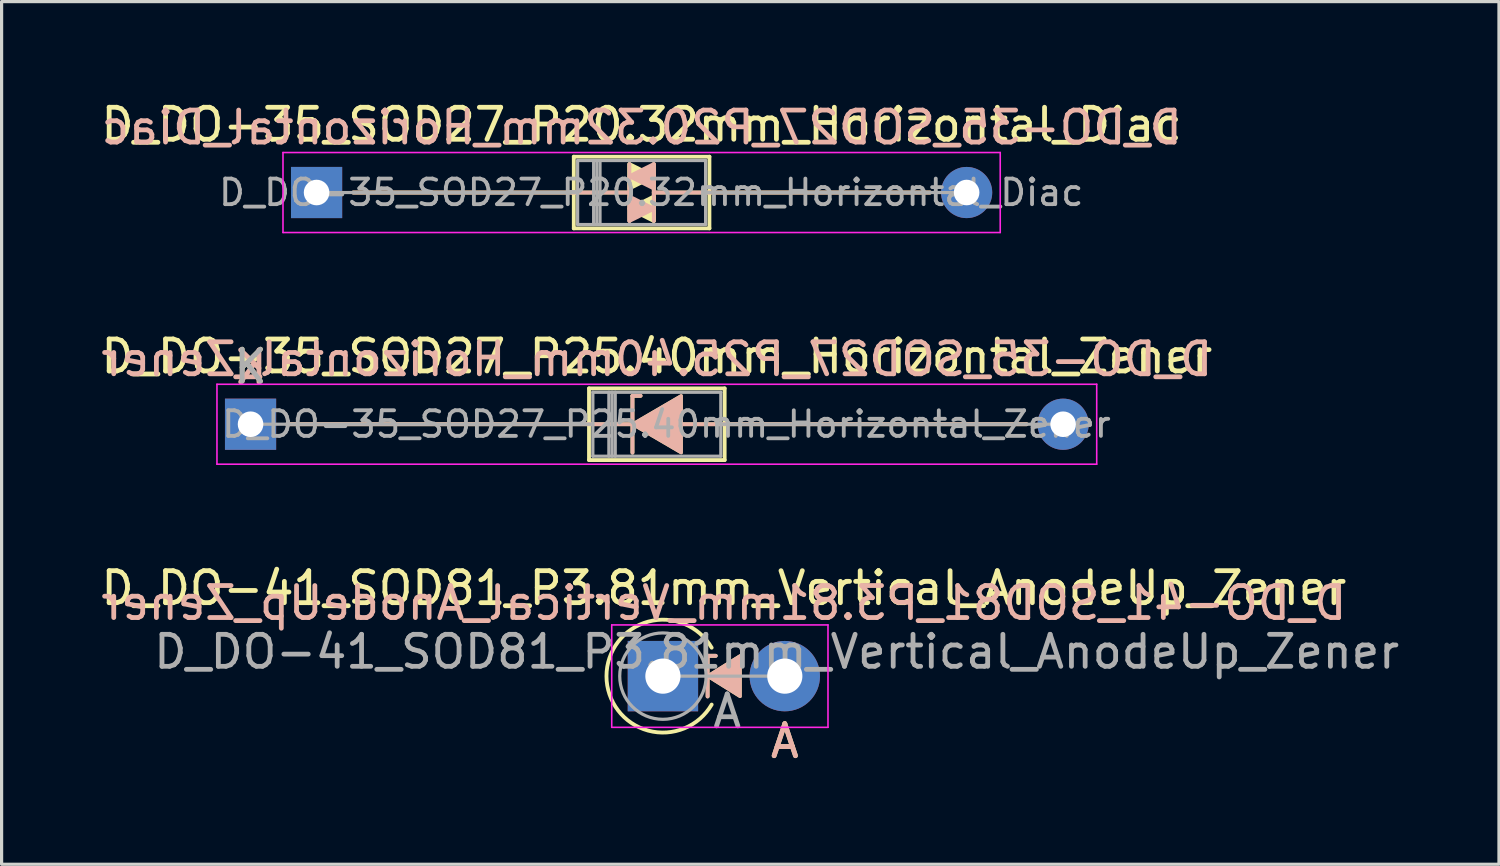
<source format=kicad_pcb>
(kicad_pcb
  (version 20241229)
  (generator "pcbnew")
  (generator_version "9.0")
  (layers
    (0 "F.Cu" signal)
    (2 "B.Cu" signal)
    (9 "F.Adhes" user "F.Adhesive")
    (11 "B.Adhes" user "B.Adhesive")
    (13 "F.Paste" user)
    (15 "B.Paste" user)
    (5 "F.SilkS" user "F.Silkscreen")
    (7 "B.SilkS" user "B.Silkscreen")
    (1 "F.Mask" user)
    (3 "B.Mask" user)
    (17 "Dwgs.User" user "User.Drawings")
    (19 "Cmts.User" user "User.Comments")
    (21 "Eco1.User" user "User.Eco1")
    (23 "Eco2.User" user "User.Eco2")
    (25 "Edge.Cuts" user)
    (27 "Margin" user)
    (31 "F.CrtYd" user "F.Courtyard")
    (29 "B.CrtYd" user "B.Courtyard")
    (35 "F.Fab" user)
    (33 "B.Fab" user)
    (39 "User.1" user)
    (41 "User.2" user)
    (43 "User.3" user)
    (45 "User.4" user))
  (footprint "D_DO-41_SOD81_P3.81mm_Vertical_AnodeUp_Zener"
    (layer "F.Cu")
    (at 17.672 18.085)
    (property "Reference" "D_DO-41_SOD81_P3.81mm_Vertical_AnodeUp_Zener" (at 1.905 -2.751 0) (layer "F.SilkS") (effects (font (size 1 1) (thickness 0.15))))
    (fp_line (start 1.397 -0.635) (end 1.397 0.635) (stroke (width 0.12) (type solid)) (layer "F.SilkS"))
    (fp_line (start 1.397 -0.635) (end 1.651 -0.635) (stroke (width 0.12) (type solid)) (layer "F.SilkS"))
    (fp_arc (start 1.523999 0.889) (mid -1.764339 0.000001) (end 1.523999 -0.888999) (stroke (width 0.12) (type solid)) (layer "F.SilkS"))
    (fp_poly (pts (xy 2.413 0.635) (xy 1.397 0) (xy 2.413 -0.635)) (stroke (width 0.1) (type solid)) (fill yes) (layer "F.SilkS"))
    (fp_line (start 1.397 -0.635) (end 1.651 -0.635) (stroke (width 0.12) (type solid)) (layer "B.SilkS"))
    (fp_line (start 1.397 0.635) (end 1.397 -0.635) (stroke (width 0.12) (type solid)) (layer "B.SilkS"))
    (fp_poly (pts (xy 2.413 -0.635) (xy 1.397 0) (xy 2.413 0.635)) (stroke (width 0.1) (type solid)) (fill yes) (layer "B.SilkS"))
    (fp_line (start -1.6 -1.6) (end -1.6 1.6) (stroke (width 0.05) (type solid)) (layer "F.CrtYd"))
    (fp_line (start -1.6 1.6) (end 5.16 1.6) (stroke (width 0.05) (type solid)) (layer "F.CrtYd"))
    (fp_line (start 5.16 -1.6) (end -1.6 -1.6) (stroke (width 0.05) (type solid)) (layer "F.CrtYd"))
    (fp_line (start 5.16 1.6) (end 5.16 -1.6) (stroke (width 0.05) (type solid)) (layer "F.CrtYd"))
    (fp_line (start 0 0) (end 3.81 0) (stroke (width 0.1) (type solid)) (layer "F.Fab"))
    (fp_circle (center 0 0) (end 1.35 0) (stroke (width 0.1) (type solid)) (fill no) (layer "F.Fab"))
    (fp_text user "A" (at 3.81 2.032 0) (layer "F.SilkS") (effects (font (size 1 1) (thickness 0.15))))
    (fp_text user "A" (at 3.81 2.032 0) (layer "B.SilkS") (effects (font (size 1 1) (thickness 0.15)) (justify mirror)))
    (fp_text user "${REFERENCE}" (at 1.905 -2.286 0) (layer "B.SilkS") (effects (font (size 1 1) (thickness 0.15)) (justify mirror)))
    (fp_text user "${REFERENCE}" (at 3.556 -0.762 0) (layer "F.Fab") (effects (font (size 1 1) (thickness 0.15))))
    (fp_text user "A" (at 2.01 1.1 0) (layer "F.Fab") (effects (font (size 1 1) (thickness 0.15))))
    (pad "1" thru_hole rect (at 0 0) (size 2.2 2.2) (drill 1.1) (layers "*.Cu" "*.Mask"))
    (pad "2" thru_hole oval (at 3.81 0) (size 2.2 2.2) (drill 1.1) (layers "*.Cu" "*.Mask")))
  (footprint "D_DO-35_SOD27_P25.40mm_Horizontal_Zener"
    (layer "F.Cu")
    (at 4.782 10.211)
    (property "Reference" "D_DO-35_SOD27_P25.40mm_Horizontal_Zener" (at 12.7 -2.12 0) (layer "F.SilkS") (effects (font (size 1 1) (thickness 0.15))))
    (fp_line (start 1.143 0) (end 10.58 0) (stroke (width 0.12) (type solid)) (layer "F.SilkS"))
    (fp_line (start 10.58 -1.12) (end 10.58 1.12) (stroke (width 0.12) (type solid)) (layer "F.SilkS"))
    (fp_line (start 10.58 0) (end 12.192 0) (stroke (width 0.12) (type solid)) (layer "F.SilkS"))
    (fp_line (start 10.58 1.12) (end 14.82 1.12) (stroke (width 0.12) (type solid)) (layer "F.SilkS"))
    (fp_line (start 11.938 -0.889) (end 11.938 0.889) (stroke (width 0.12) (type solid)) (layer "F.SilkS"))
    (fp_line (start 11.938 -0.889) (end 12.192 -0.889) (stroke (width 0.12) (type solid)) (layer "F.SilkS"))
    (fp_line (start 14.82 -1.12) (end 10.58 -1.12) (stroke (width 0.12) (type solid)) (layer "F.SilkS"))
    (fp_line (start 14.82 0) (end 13.462 0) (stroke (width 0.12) (type solid)) (layer "F.SilkS"))
    (fp_line (start 14.82 1.12) (end 14.82 -1.12) (stroke (width 0.12) (type solid)) (layer "F.SilkS"))
    (fp_line (start 24.257 0) (end 14.82 0) (stroke (width 0.12) (type solid)) (layer "F.SilkS"))
    (fp_poly (pts (xy 13.462 0.889) (xy 11.938 0) (xy 13.462 -0.889)) (stroke (width 0.1) (type solid)) (fill yes) (layer "F.SilkS"))
    (fp_line (start 1.143 0) (end 10.58 0) (stroke (width 0.12) (type solid)) (layer "B.SilkS"))
    (fp_line (start 10.58 0) (end 12.192 0) (stroke (width 0.12) (type solid)) (layer "B.SilkS"))
    (fp_line (start 11.938 -0.889) (end 12.192 -0.889) (stroke (width 0.12) (type solid)) (layer "B.SilkS"))
    (fp_line (start 11.938 0.889) (end 11.938 -0.889) (stroke (width 0.12) (type solid)) (layer "B.SilkS"))
    (fp_line (start 14.82 0) (end 13.462 0) (stroke (width 0.12) (type solid)) (layer "B.SilkS"))
    (fp_line (start 24.257 0) (end 14.82 0) (stroke (width 0.12) (type solid)) (layer "B.SilkS"))
    (fp_poly (pts (xy 13.462 -0.889) (xy 11.938 0) (xy 13.462 0.889)) (stroke (width 0.1) (type solid)) (fill yes) (layer "B.SilkS"))
    (fp_line (start -1.05 -1.25) (end -1.05 1.25) (stroke (width 0.05) (type solid)) (layer "F.CrtYd"))
    (fp_line (start -1.05 1.25) (end 26.45 1.25) (stroke (width 0.05) (type solid)) (layer "F.CrtYd"))
    (fp_line (start 26.45 -1.25) (end -1.05 -1.25) (stroke (width 0.05) (type solid)) (layer "F.CrtYd"))
    (fp_line (start 26.45 1.25) (end 26.45 -1.25) (stroke (width 0.05) (type solid)) (layer "F.CrtYd"))
    (fp_line (start 0 0) (end 10.7 0) (stroke (width 0.1) (type solid)) (layer "F.Fab"))
    (fp_line (start 10.7 -1) (end 10.7 1) (stroke (width 0.1) (type solid)) (layer "F.Fab"))
    (fp_line (start 10.7 1) (end 14.7 1) (stroke (width 0.1) (type solid)) (layer "F.Fab"))
    (fp_line (start 11.2 -1) (end 11.2 1) (stroke (width 0.1) (type solid)) (layer "F.Fab"))
    (fp_line (start 11.3 -1) (end 11.3 1) (stroke (width 0.1) (type solid)) (layer "F.Fab"))
    (fp_line (start 11.4 -1) (end 11.4 1) (stroke (width 0.1) (type solid)) (layer "F.Fab"))
    (fp_line (start 14.7 -1) (end 10.7 -1) (stroke (width 0.1) (type solid)) (layer "F.Fab"))
    (fp_line (start 14.7 1) (end 14.7 -1) (stroke (width 0.1) (type solid)) (layer "F.Fab"))
    (fp_line (start 25.4 0) (end 14.7 0) (stroke (width 0.1) (type solid)) (layer "F.Fab"))
    (fp_text user "K" (at 0 -1.8 0) (layer "F.SilkS") (effects (font (size 1 1) (thickness 0.15))))
    (fp_text user "${REFERENCE}" (at 12.7 -2.032 0) (layer "B.SilkS") (effects (font (size 1 1) (thickness 0.15)) (justify mirror)))
    (fp_text user "K" (at 0 -1.778 0) (layer "B.SilkS") (effects (font (size 1 1) (thickness 0.15)) (justify mirror)))
    (fp_text user "${REFERENCE}" (at 13 0 0) (layer "F.Fab") (effects (font (size 0.8 0.8) (thickness 0.12))))
    (fp_text user "K" (at 0 -1.8 0) (layer "F.Fab") (effects (font (size 1 1) (thickness 0.15))))
    (pad "1" thru_hole rect (at 0 0) (size 1.6 1.6) (drill 0.8) (layers "*.Cu" "*.Mask"))
    (pad "2" thru_hole oval (at 25.4 0) (size 1.6 1.6) (drill 0.8) (layers "*.Cu" "*.Mask")))
  (footprint "D_DO-35_SOD27_P20.32mm_Horizontal_Diac"
    (layer "F.Cu")
    (at 6.846 2.968)
    (property "Reference" "D_DO-35_SOD27_P20.32mm_Horizontal_Diac" (at 10.16 -2.12 0) (layer "F.SilkS") (effects (font (size 1 1) (thickness 0.15))))
    (fp_line (start 1.143 0) (end 8.04 0) (stroke (width 0.12) (type solid)) (layer "F.SilkS"))
    (fp_line (start 8.001 0) (end 9.779 0) (stroke (width 0.12) (type solid)) (layer "F.SilkS"))
    (fp_line (start 8.04 -1.12) (end 8.04 1.12) (stroke (width 0.12) (type solid)) (layer "F.SilkS"))
    (fp_line (start 8.04 1.12) (end 12.28 1.12) (stroke (width 0.12) (type solid)) (layer "F.SilkS"))
    (fp_line (start 9.779 -0.889) (end 9.779 0.889) (stroke (width 0.12) (type solid)) (layer "F.SilkS"))
    (fp_line (start 10.541 -0.889) (end 10.541 0.889) (stroke (width 0.12) (type solid)) (layer "F.SilkS"))
    (fp_line (start 12.28 -1.12) (end 8.04 -1.12) (stroke (width 0.12) (type solid)) (layer "F.SilkS"))
    (fp_line (start 12.28 0) (end 10.541 0) (stroke (width 0.12) (type solid)) (layer "F.SilkS"))
    (fp_line (start 12.28 1.12) (end 12.28 -1.12) (stroke (width 0.12) (type solid)) (layer "F.SilkS"))
    (fp_line (start 19.177 0) (end 12.28 0) (stroke (width 0.12) (type solid)) (layer "F.SilkS"))
    (fp_poly (pts (xy 10.541 -0.508) (xy 9.779 -0.127) (xy 9.779 -0.889)) (stroke (width 0.12) (type solid)) (fill yes) (layer "F.SilkS"))
    (fp_poly (pts (xy 10.541 0.889) (xy 9.779 0.508) (xy 10.541 0.127)) (stroke (width 0.12) (type solid)) (fill yes) (layer "F.SilkS"))
    (fp_line (start 1.143 0) (end 8.04 0) (stroke (width 0.12) (type solid)) (layer "B.SilkS"))
    (fp_line (start 8.001 0) (end 9.779 0) (stroke (width 0.12) (type solid)) (layer "B.SilkS"))
    (fp_line (start 9.779 0.889) (end 9.779 -0.889) (stroke (width 0.12) (type solid)) (layer "B.SilkS"))
    (fp_line (start 10.541 0.889) (end 10.541 -0.889) (stroke (width 0.12) (type solid)) (layer "B.SilkS"))
    (fp_line (start 12.28 0) (end 10.541 0) (stroke (width 0.12) (type solid)) (layer "B.SilkS"))
    (fp_line (start 19.177 0) (end 12.28 0) (stroke (width 0.12) (type solid)) (layer "B.SilkS"))
    (fp_poly (pts (xy 10.541 -0.889) (xy 9.779 -0.508) (xy 10.541 -0.127)) (stroke (width 0.12) (type solid)) (fill yes) (layer "B.SilkS"))
    (fp_poly (pts (xy 10.541 0.508) (xy 9.779 0.127) (xy 9.779 0.889)) (stroke (width 0.12) (type solid)) (fill yes) (layer "B.SilkS"))
    (fp_line (start -1.05 -1.25) (end -1.05 1.25) (stroke (width 0.05) (type solid)) (layer "F.CrtYd"))
    (fp_line (start -1.05 1.25) (end 21.37 1.25) (stroke (width 0.05) (type solid)) (layer "F.CrtYd"))
    (fp_line (start 21.37 -1.25) (end -1.05 -1.25) (stroke (width 0.05) (type solid)) (layer "F.CrtYd"))
    (fp_line (start 21.37 1.25) (end 21.37 -1.25) (stroke (width 0.05) (type solid)) (layer "F.CrtYd"))
    (fp_line (start 0 0) (end 8.16 0) (stroke (width 0.1) (type solid)) (layer "F.Fab"))
    (fp_line (start 8.16 -1) (end 8.16 1) (stroke (width 0.1) (type solid)) (layer "F.Fab"))
    (fp_line (start 8.16 1) (end 12.16 1) (stroke (width 0.1) (type solid)) (layer "F.Fab"))
    (fp_line (start 8.66 -1) (end 8.66 1) (stroke (width 0.1) (type solid)) (layer "F.Fab"))
    (fp_line (start 8.76 -1) (end 8.76 1) (stroke (width 0.1) (type solid)) (layer "F.Fab"))
    (fp_line (start 8.86 -1) (end 8.86 1) (stroke (width 0.1) (type solid)) (layer "F.Fab"))
    (fp_line (start 12.16 -1) (end 8.16 -1) (stroke (width 0.1) (type solid)) (layer "F.Fab"))
    (fp_line (start 12.16 1) (end 12.16 -1) (stroke (width 0.1) (type solid)) (layer "F.Fab"))
    (fp_line (start 20.32 0) (end 12.16 0) (stroke (width 0.1) (type solid)) (layer "F.Fab"))
    (fp_text user "${REFERENCE}" (at 10.16 -2.032 0) (layer "B.SilkS") (effects (font (size 1 1) (thickness 0.15)) (justify mirror)))
    (fp_text user "${REFERENCE}" (at 10.46 0 0) (layer "F.Fab") (effects (font (size 0.8 0.8) (thickness 0.12))))
    (pad "1" thru_hole rect (at 0 0) (size 1.6 1.6) (drill 0.8) (layers "*.Cu" "*.Mask"))
    (pad "2" thru_hole oval (at 20.32 0) (size 1.6 1.6) (drill 0.8) (layers "*.Cu" "*.Mask")))
  (gr_rect
    (start -3 -3)
    (end 43.806 23.966)
    (stroke (width 0.1) (type default))
    (fill no)
    (layer "Edge.Cuts")))
</source>
